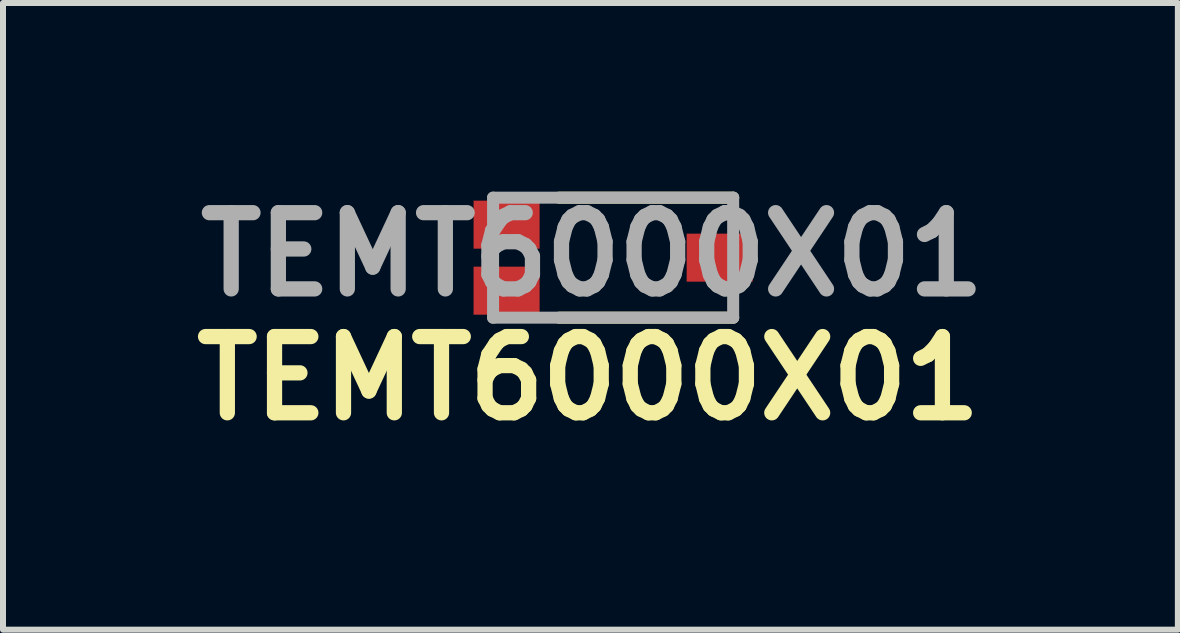
<source format=kicad_pcb>
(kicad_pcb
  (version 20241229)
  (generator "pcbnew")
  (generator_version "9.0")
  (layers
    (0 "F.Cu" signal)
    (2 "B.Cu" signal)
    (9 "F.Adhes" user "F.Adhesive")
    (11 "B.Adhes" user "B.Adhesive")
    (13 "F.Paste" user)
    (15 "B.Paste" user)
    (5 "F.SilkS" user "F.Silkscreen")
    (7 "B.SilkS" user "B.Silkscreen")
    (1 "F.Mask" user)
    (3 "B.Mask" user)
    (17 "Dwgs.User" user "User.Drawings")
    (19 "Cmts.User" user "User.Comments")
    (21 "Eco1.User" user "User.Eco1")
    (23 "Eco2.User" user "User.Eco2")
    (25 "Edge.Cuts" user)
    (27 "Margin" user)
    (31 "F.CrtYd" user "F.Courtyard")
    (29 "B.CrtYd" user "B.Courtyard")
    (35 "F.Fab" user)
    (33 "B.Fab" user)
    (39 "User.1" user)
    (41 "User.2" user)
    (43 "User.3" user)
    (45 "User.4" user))
  (footprint "TEMT6000X01"
    (layer "F.Cu")
    (at 7.165 1.243)
    (property "Reference" "TEMT6000X01" (at -0.41 2.01 0) (layer "F.SilkS") (effects (font (size 1.27 1.27) (thickness 0.254))))
    (attr smd)
    (fp_line (start 2 -1) (end -0.9 -1) (stroke (width 0.2) (type solid)) (layer "F.SilkS"))
    (fp_line (start 2 1) (end -0.9 1) (stroke (width 0.2) (type solid)) (layer "F.SilkS"))
    (fp_line (start -2 -1) (end 2 -1) (stroke (width 0.2) (type solid)) (layer "F.Fab"))
    (fp_line (start -2 1) (end -2 -1) (stroke (width 0.2) (type solid)) (layer "F.Fab"))
    (fp_line (start 2 -1) (end 2 1) (stroke (width 0.2) (type solid)) (layer "F.Fab"))
    (fp_line (start 2 1) (end -2 1) (stroke (width 0.2) (type solid)) (layer "F.Fab"))
    (fp_text user "${REFERENCE}" (at -0.346 -0.054 0) (layer "F.Fab") (effects (font (size 1.27 1.27) (thickness 0.254))))
    (pad "1" smd rect (at -1.775 0.55 90) (size 0.8 1.1) (layers "F.Cu" "F.Mask" "F.Paste"))
    (pad "2" smd rect (at -1.775 -0.55 90) (size 0.8 1.1) (layers "F.Cu" "F.Mask" "F.Paste"))
    (pad "3" smd rect (at 1.775 0 90) (size 0.8 1.1) (layers "F.Cu" "F.Mask" "F.Paste")))
  (gr_rect
    (start -3 -3)
    (end 16.574 7.441)
    (stroke (width 0.1) (type default))
    (fill no)
    (layer "Edge.Cuts")))
</source>
